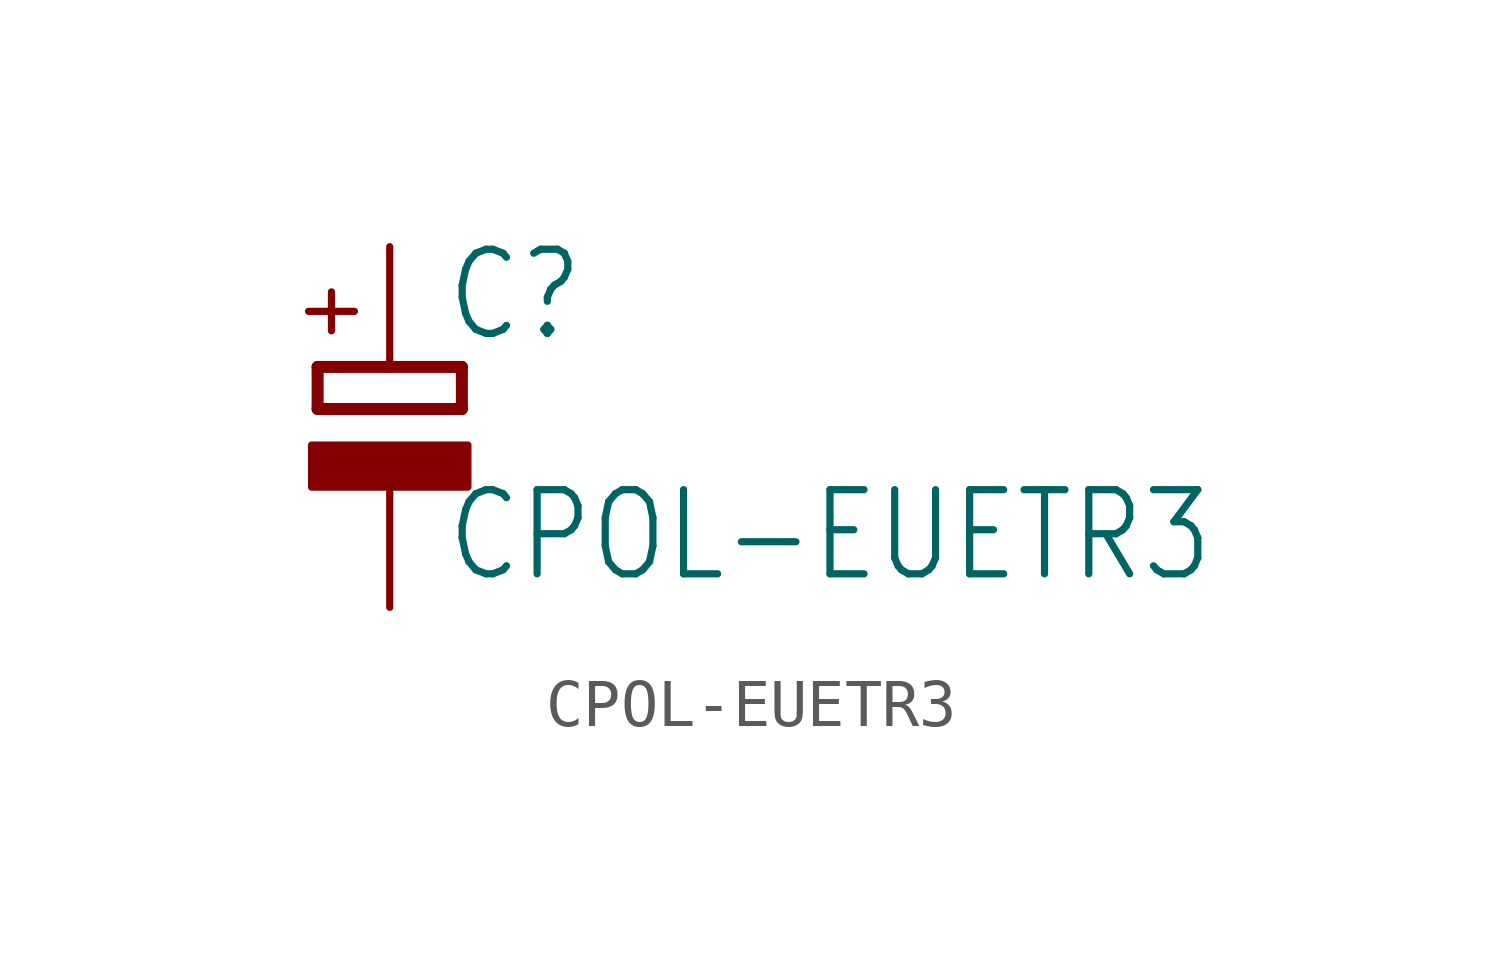
<source format=kicad_sym>
(kicad_symbol_lib
  (version 20220914)
  (generator kicad_symbol_editor)
  (symbol "CPOL-EUETR3"
    (property "Reference" "C"
      (at 1.143 0.483 0)
      (effects (font (size 1.778 1.511)) (justify left bottom)))
    (property "Value" "CPOL-EUETR3"
      (at 1.143 -4.597 0)
      (effects (font (size 1.778 1.511)) (justify left bottom)))
    (property "ki_locked" ""
      (at 0 0 0)
      (effects (font (size 1.27 1.27))))
    (symbol "CPOL-EUETR3_1_0"
      (rectangle (start -1.651 -2.54) (end 1.651 -1.651) (stroke (width 0) (type default)) (fill (type outline)))
      (polyline (pts (xy -1.524 -0.889) (xy 1.524 -0.889)) (stroke (width 0.254) (type default)) (fill (type none)))
      (polyline (pts (xy -1.524 0) (xy -1.524 -0.889)) (stroke (width 0.254) (type default)) (fill (type none)))
      (polyline (pts (xy -1.524 0) (xy 1.524 0)) (stroke (width 0.254) (type default)) (fill (type none)))
      (polyline (pts (xy 1.524 -0.889) (xy 1.524 0)) (stroke (width 0.254) (type default)) (fill (type none)))
      (text "+" (at -0.584 0.406 900) (effects (font (size 1.27 1.079)) (justify left bottom)))
      (pin passive line (at 0 2.54 270) (length 2.54) (name "+" (effects (font (size 0 0)))) (number "+" (effects (font (size 0 0)))))
      (pin passive line (at 0 -5.08 90) (length 2.54) (name "-" (effects (font (size 0 0)))) (number "-" (effects (font (size 0 0))))))))
</source>
